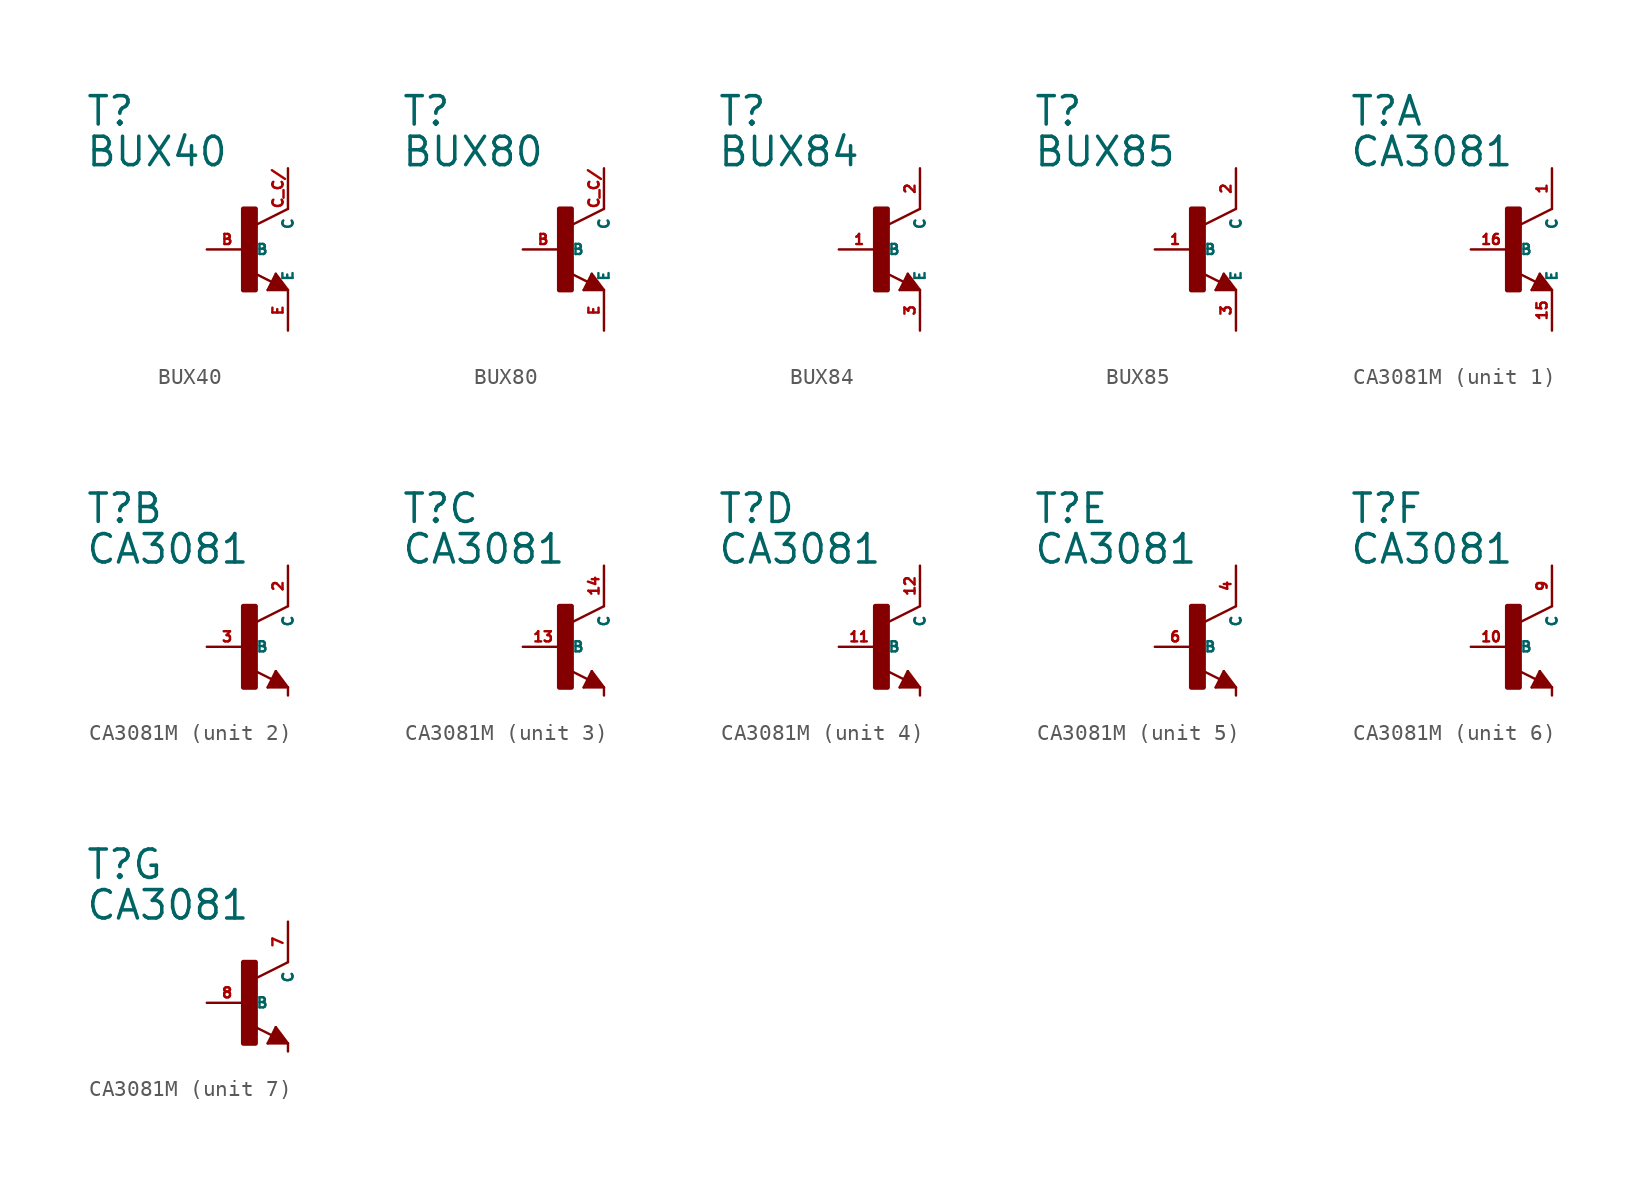
<source format=kicad_sym>
(kicad_symbol_lib
  (version 20220914)
  (generator Eagle2Kicad)
  (symbol "BUX40"
    (property "Reference" "T"
      (at -10.16 7.62 0)
      (effects (font (size 1.778 1.778) (thickness 0.22)) (justify left bottom)))
    (property "Value" "BUX40"
      (at -10.16 5.08 0)
      (effects (font (size 1.778 1.778) (thickness 0.22)) (justify left bottom)))
    (polyline
      (pts (xy 2.54 2.54) (xy 0.508 1.524))
      (stroke (width 0.152) (type default))
      (fill (type none)))
    (polyline
      (pts (xy 1.778 -1.524) (xy 2.54 -2.54))
      (stroke (width 0.152) (type default))
      (fill (type none)))
    (polyline
      (pts (xy 2.54 -2.54) (xy 1.27 -2.54))
      (stroke (width 0.152) (type default))
      (fill (type none)))
    (polyline
      (pts (xy 1.27 -2.54) (xy 1.778 -1.524))
      (stroke (width 0.152) (type default))
      (fill (type none)))
    (polyline
      (pts (xy 1.54 -2.04) (xy 0.308 -1.424))
      (stroke (width 0.152) (type default))
      (fill (type none)))
    (polyline
      (pts (xy 1.524 -2.413) (xy 2.286 -2.413))
      (stroke (width 0.254) (type default))
      (fill (type none)))
    (polyline
      (pts (xy 2.286 -2.413) (xy 1.778 -1.778))
      (stroke (width 0.254) (type default))
      (fill (type none)))
    (polyline
      (pts (xy 1.778 -1.778) (xy 1.524 -2.286))
      (stroke (width 0.254) (type default))
      (fill (type none)))
    (polyline
      (pts (xy 1.524 -2.286) (xy 1.905 -2.286))
      (stroke (width 0.254) (type default))
      (fill (type none)))
    (polyline
      (pts (xy 1.905 -2.286) (xy 1.778 -2.032))
      (stroke (width 0.254) (type default))
      (fill (type none)))
    (rectangle
      (start -0.254 -2.54)
      (end 0.508 2.54)
      (stroke (width 0.3) (type default))
      (fill (type outline)))
    (pin passive line
      (at -2.54 0 0)
      (length 2.54)
      (name "B" (effects (font (size 0.635 0.635) (thickness 0.08)) (justify left bottom)))
      (number "B" (effects (font (size 0.635 0.635) (thickness 0.08)) (justify left bottom))))
    (pin passive line
      (at 2.54 -5.08 90)
      (length 2.54)
      (name "E" (effects (font (size 0.635 0.635) (thickness 0.08)) (justify left bottom)))
      (number "E" (effects (font (size 0.635 0.635) (thickness 0.08)) (justify left bottom))))
    (pin passive line
      (at 2.54 5.08 270)
      (length 2.54)
      (name "C" (effects (font (size 0.635 0.635) (thickness 0.08)) (justify left bottom)))
      (number "C C/" (effects (font (size 0.635 0.635) (thickness 0.08)) (justify left bottom)))))
  (symbol "BUX80"
    (property "Reference" "T"
      (at -10.16 7.62 0)
      (effects (font (size 1.778 1.778) (thickness 0.22)) (justify left bottom)))
    (property "Value" "BUX80"
      (at -10.16 5.08 0)
      (effects (font (size 1.778 1.778) (thickness 0.22)) (justify left bottom)))
    (polyline
      (pts (xy 2.54 2.54) (xy 0.508 1.524))
      (stroke (width 0.152) (type default))
      (fill (type none)))
    (polyline
      (pts (xy 1.778 -1.524) (xy 2.54 -2.54))
      (stroke (width 0.152) (type default))
      (fill (type none)))
    (polyline
      (pts (xy 2.54 -2.54) (xy 1.27 -2.54))
      (stroke (width 0.152) (type default))
      (fill (type none)))
    (polyline
      (pts (xy 1.27 -2.54) (xy 1.778 -1.524))
      (stroke (width 0.152) (type default))
      (fill (type none)))
    (polyline
      (pts (xy 1.54 -2.04) (xy 0.308 -1.424))
      (stroke (width 0.152) (type default))
      (fill (type none)))
    (polyline
      (pts (xy 1.524 -2.413) (xy 2.286 -2.413))
      (stroke (width 0.254) (type default))
      (fill (type none)))
    (polyline
      (pts (xy 2.286 -2.413) (xy 1.778 -1.778))
      (stroke (width 0.254) (type default))
      (fill (type none)))
    (polyline
      (pts (xy 1.778 -1.778) (xy 1.524 -2.286))
      (stroke (width 0.254) (type default))
      (fill (type none)))
    (polyline
      (pts (xy 1.524 -2.286) (xy 1.905 -2.286))
      (stroke (width 0.254) (type default))
      (fill (type none)))
    (polyline
      (pts (xy 1.905 -2.286) (xy 1.778 -2.032))
      (stroke (width 0.254) (type default))
      (fill (type none)))
    (rectangle
      (start -0.254 -2.54)
      (end 0.508 2.54)
      (stroke (width 0.3) (type default))
      (fill (type outline)))
    (pin passive line
      (at -2.54 0 0)
      (length 2.54)
      (name "B" (effects (font (size 0.635 0.635) (thickness 0.08)) (justify left bottom)))
      (number "B" (effects (font (size 0.635 0.635) (thickness 0.08)) (justify left bottom))))
    (pin passive line
      (at 2.54 -5.08 90)
      (length 2.54)
      (name "E" (effects (font (size 0.635 0.635) (thickness 0.08)) (justify left bottom)))
      (number "E" (effects (font (size 0.635 0.635) (thickness 0.08)) (justify left bottom))))
    (pin passive line
      (at 2.54 5.08 270)
      (length 2.54)
      (name "C" (effects (font (size 0.635 0.635) (thickness 0.08)) (justify left bottom)))
      (number "C C/" (effects (font (size 0.635 0.635) (thickness 0.08)) (justify left bottom)))))
  (symbol "BUX84"
    (property "Reference" "T"
      (at -10.16 7.62 0)
      (effects (font (size 1.778 1.778) (thickness 0.22)) (justify left bottom)))
    (property "Value" "BUX84"
      (at -10.16 5.08 0)
      (effects (font (size 1.778 1.778) (thickness 0.22)) (justify left bottom)))
    (polyline
      (pts (xy 2.54 2.54) (xy 0.508 1.524))
      (stroke (width 0.152) (type default))
      (fill (type none)))
    (polyline
      (pts (xy 1.778 -1.524) (xy 2.54 -2.54))
      (stroke (width 0.152) (type default))
      (fill (type none)))
    (polyline
      (pts (xy 2.54 -2.54) (xy 1.27 -2.54))
      (stroke (width 0.152) (type default))
      (fill (type none)))
    (polyline
      (pts (xy 1.27 -2.54) (xy 1.778 -1.524))
      (stroke (width 0.152) (type default))
      (fill (type none)))
    (polyline
      (pts (xy 1.54 -2.04) (xy 0.308 -1.424))
      (stroke (width 0.152) (type default))
      (fill (type none)))
    (polyline
      (pts (xy 1.524 -2.413) (xy 2.286 -2.413))
      (stroke (width 0.254) (type default))
      (fill (type none)))
    (polyline
      (pts (xy 2.286 -2.413) (xy 1.778 -1.778))
      (stroke (width 0.254) (type default))
      (fill (type none)))
    (polyline
      (pts (xy 1.778 -1.778) (xy 1.524 -2.286))
      (stroke (width 0.254) (type default))
      (fill (type none)))
    (polyline
      (pts (xy 1.524 -2.286) (xy 1.905 -2.286))
      (stroke (width 0.254) (type default))
      (fill (type none)))
    (polyline
      (pts (xy 1.905 -2.286) (xy 1.778 -2.032))
      (stroke (width 0.254) (type default))
      (fill (type none)))
    (rectangle
      (start -0.254 -2.54)
      (end 0.508 2.54)
      (stroke (width 0.3) (type default))
      (fill (type outline)))
    (pin passive line
      (at -2.54 0 0)
      (length 2.54)
      (name "B" (effects (font (size 0.635 0.635) (thickness 0.08)) (justify left bottom)))
      (number "1" (effects (font (size 0.635 0.635) (thickness 0.08)) (justify left bottom))))
    (pin passive line
      (at 2.54 -5.08 90)
      (length 2.54)
      (name "E" (effects (font (size 0.635 0.635) (thickness 0.08)) (justify left bottom)))
      (number "3" (effects (font (size 0.635 0.635) (thickness 0.08)) (justify left bottom))))
    (pin passive line
      (at 2.54 5.08 270)
      (length 2.54)
      (name "C" (effects (font (size 0.635 0.635) (thickness 0.08)) (justify left bottom)))
      (number "2" (effects (font (size 0.635 0.635) (thickness 0.08)) (justify left bottom)))))
  (symbol "BUX85"
    (property "Reference" "T"
      (at -10.16 7.62 0)
      (effects (font (size 1.778 1.778) (thickness 0.22)) (justify left bottom)))
    (property "Value" "BUX85"
      (at -10.16 5.08 0)
      (effects (font (size 1.778 1.778) (thickness 0.22)) (justify left bottom)))
    (polyline
      (pts (xy 2.54 2.54) (xy 0.508 1.524))
      (stroke (width 0.152) (type default))
      (fill (type none)))
    (polyline
      (pts (xy 1.778 -1.524) (xy 2.54 -2.54))
      (stroke (width 0.152) (type default))
      (fill (type none)))
    (polyline
      (pts (xy 2.54 -2.54) (xy 1.27 -2.54))
      (stroke (width 0.152) (type default))
      (fill (type none)))
    (polyline
      (pts (xy 1.27 -2.54) (xy 1.778 -1.524))
      (stroke (width 0.152) (type default))
      (fill (type none)))
    (polyline
      (pts (xy 1.54 -2.04) (xy 0.308 -1.424))
      (stroke (width 0.152) (type default))
      (fill (type none)))
    (polyline
      (pts (xy 1.524 -2.413) (xy 2.286 -2.413))
      (stroke (width 0.254) (type default))
      (fill (type none)))
    (polyline
      (pts (xy 2.286 -2.413) (xy 1.778 -1.778))
      (stroke (width 0.254) (type default))
      (fill (type none)))
    (polyline
      (pts (xy 1.778 -1.778) (xy 1.524 -2.286))
      (stroke (width 0.254) (type default))
      (fill (type none)))
    (polyline
      (pts (xy 1.524 -2.286) (xy 1.905 -2.286))
      (stroke (width 0.254) (type default))
      (fill (type none)))
    (polyline
      (pts (xy 1.905 -2.286) (xy 1.778 -2.032))
      (stroke (width 0.254) (type default))
      (fill (type none)))
    (rectangle
      (start -0.254 -2.54)
      (end 0.508 2.54)
      (stroke (width 0.3) (type default))
      (fill (type outline)))
    (pin passive line
      (at -2.54 0 0)
      (length 2.54)
      (name "B" (effects (font (size 0.635 0.635) (thickness 0.08)) (justify left bottom)))
      (number "1" (effects (font (size 0.635 0.635) (thickness 0.08)) (justify left bottom))))
    (pin passive line
      (at 2.54 -5.08 90)
      (length 2.54)
      (name "E" (effects (font (size 0.635 0.635) (thickness 0.08)) (justify left bottom)))
      (number "3" (effects (font (size 0.635 0.635) (thickness 0.08)) (justify left bottom))))
    (pin passive line
      (at 2.54 5.08 270)
      (length 2.54)
      (name "C" (effects (font (size 0.635 0.635) (thickness 0.08)) (justify left bottom)))
      (number "2" (effects (font (size 0.635 0.635) (thickness 0.08)) (justify left bottom)))))
  (symbol "CA3081M"
    (property "Reference" "T"
      (at -10.16 7.62 0)
      (effects (font (size 1.778 1.778) (thickness 0.22)) (justify left bottom)))
    (property "Value" "CA3081"
      (at -10.16 5.08 0)
      (effects (font (size 1.778 1.778) (thickness 0.22)) (justify left bottom)))
    (symbol "CA3081M_1_0"
      (polyline (pts (xy 2.54 2.54) (xy 0.508 1.524)) (stroke (width 0.152) (type default)) (fill (type none)))
      (polyline (pts (xy 1.54 -2.04) (xy 0.308 -1.424)) (stroke (width 0.152) (type default)) (fill (type none)))
      (polyline (pts (xy 1.778 -1.524) (xy 2.54 -2.54)) (stroke (width 0.152) (type default)) (fill (type none)))
      (polyline (pts (xy 2.54 -2.54) (xy 1.27 -2.54)) (stroke (width 0.152) (type default)) (fill (type none)))
      (polyline (pts (xy 1.27 -2.54) (xy 1.778 -1.524)) (stroke (width 0.152) (type default)) (fill (type none)))
      (polyline (pts (xy 1.524 -2.413) (xy 2.286 -2.413)) (stroke (width 0.254) (type default)) (fill (type none)))
      (polyline (pts (xy 2.286 -2.413) (xy 1.778 -1.778)) (stroke (width 0.254) (type default)) (fill (type none)))
      (polyline (pts (xy 1.778 -1.778) (xy 1.524 -2.286)) (stroke (width 0.254) (type default)) (fill (type none)))
      (polyline (pts (xy 1.524 -2.286) (xy 1.905 -2.286)) (stroke (width 0.254) (type default)) (fill (type none)))
      (polyline (pts (xy 1.905 -2.286) (xy 1.778 -2.032)) (stroke (width 0.254) (type default)) (fill (type none)))
      (rectangle (start -0.254 -2.54) (end 0.508 2.54) (stroke (width 0.3) (type default)) (fill (type outline)))
      (pin passive line (at -2.54 0 0) (length 2.54) (name "B" (effects (font (size 0.635 0.635) (thickness 0.08)) (justify left bottom))) (number "16" (effects (font (size 0.635 0.635) (thickness 0.08)) (justify left bottom))))
      (pin passive line (at 2.54 -5.08 90) (length 2.54) (name "E" (effects (font (size 0.635 0.635) (thickness 0.08)) (justify left bottom))) (number "15" (effects (font (size 0.635 0.635) (thickness 0.08)) (justify left bottom))))
      (pin passive line (at 2.54 5.08 270) (length 2.54) (name "C" (effects (font (size 0.635 0.635) (thickness 0.08)) (justify left bottom))) (number "1" (effects (font (size 0.635 0.635) (thickness 0.08)) (justify left bottom)))))
    (symbol "CA3081M_2_0"
      (polyline (pts (xy 2.54 2.54) (xy 0.508 1.524)) (stroke (width 0.152) (type default)) (fill (type none)))
      (polyline (pts (xy 1.54 -2.04) (xy 0.308 -1.424)) (stroke (width 0.152) (type default)) (fill (type none)))
      (polyline (pts (xy 2.54 -3.048) (xy 2.54 -2.54)) (stroke (width 0.152) (type default)) (fill (type none)))
      (polyline (pts (xy 1.778 -1.524) (xy 2.54 -2.54)) (stroke (width 0.152) (type default)) (fill (type none)))
      (polyline (pts (xy 2.54 -2.54) (xy 1.27 -2.54)) (stroke (width 0.152) (type default)) (fill (type none)))
      (polyline (pts (xy 1.27 -2.54) (xy 1.778 -1.524)) (stroke (width 0.152) (type default)) (fill (type none)))
      (polyline (pts (xy 1.524 -2.413) (xy 2.286 -2.413)) (stroke (width 0.254) (type default)) (fill (type none)))
      (polyline (pts (xy 2.286 -2.413) (xy 1.778 -1.778)) (stroke (width 0.254) (type default)) (fill (type none)))
      (polyline (pts (xy 1.778 -1.778) (xy 1.524 -2.286)) (stroke (width 0.254) (type default)) (fill (type none)))
      (polyline (pts (xy 1.524 -2.286) (xy 1.905 -2.286)) (stroke (width 0.254) (type default)) (fill (type none)))
      (polyline (pts (xy 1.905 -2.286) (xy 1.778 -2.032)) (stroke (width 0.254) (type default)) (fill (type none)))
      (rectangle (start -0.254 -2.54) (end 0.508 2.54) (stroke (width 0.3) (type default)) (fill (type outline)))
      (pin passive line (at -2.54 0 0) (length 2.54) (name "B" (effects (font (size 0.635 0.635) (thickness 0.08)) (justify left bottom))) (number "3" (effects (font (size 0.635 0.635) (thickness 0.08)) (justify left bottom))))
      (pin passive line (at 2.54 5.08 270) (length 2.54) (name "C" (effects (font (size 0.635 0.635) (thickness 0.08)) (justify left bottom))) (number "2" (effects (font (size 0.635 0.635) (thickness 0.08)) (justify left bottom)))))
    (symbol "CA3081M_3_0"
      (polyline (pts (xy 2.54 2.54) (xy 0.508 1.524)) (stroke (width 0.152) (type default)) (fill (type none)))
      (polyline (pts (xy 1.54 -2.04) (xy 0.308 -1.424)) (stroke (width 0.152) (type default)) (fill (type none)))
      (polyline (pts (xy 2.54 -3.048) (xy 2.54 -2.54)) (stroke (width 0.152) (type default)) (fill (type none)))
      (polyline (pts (xy 1.778 -1.524) (xy 2.54 -2.54)) (stroke (width 0.152) (type default)) (fill (type none)))
      (polyline (pts (xy 2.54 -2.54) (xy 1.27 -2.54)) (stroke (width 0.152) (type default)) (fill (type none)))
      (polyline (pts (xy 1.27 -2.54) (xy 1.778 -1.524)) (stroke (width 0.152) (type default)) (fill (type none)))
      (polyline (pts (xy 1.524 -2.413) (xy 2.286 -2.413)) (stroke (width 0.254) (type default)) (fill (type none)))
      (polyline (pts (xy 2.286 -2.413) (xy 1.778 -1.778)) (stroke (width 0.254) (type default)) (fill (type none)))
      (polyline (pts (xy 1.778 -1.778) (xy 1.524 -2.286)) (stroke (width 0.254) (type default)) (fill (type none)))
      (polyline (pts (xy 1.524 -2.286) (xy 1.905 -2.286)) (stroke (width 0.254) (type default)) (fill (type none)))
      (polyline (pts (xy 1.905 -2.286) (xy 1.778 -2.032)) (stroke (width 0.254) (type default)) (fill (type none)))
      (rectangle (start -0.254 -2.54) (end 0.508 2.54) (stroke (width 0.3) (type default)) (fill (type outline)))
      (pin passive line (at -2.54 0 0) (length 2.54) (name "B" (effects (font (size 0.635 0.635) (thickness 0.08)) (justify left bottom))) (number "13" (effects (font (size 0.635 0.635) (thickness 0.08)) (justify left bottom))))
      (pin passive line (at 2.54 5.08 270) (length 2.54) (name "C" (effects (font (size 0.635 0.635) (thickness 0.08)) (justify left bottom))) (number "14" (effects (font (size 0.635 0.635) (thickness 0.08)) (justify left bottom)))))
    (symbol "CA3081M_4_0"
      (polyline (pts (xy 2.54 2.54) (xy 0.508 1.524)) (stroke (width 0.152) (type default)) (fill (type none)))
      (polyline (pts (xy 1.54 -2.04) (xy 0.308 -1.424)) (stroke (width 0.152) (type default)) (fill (type none)))
      (polyline (pts (xy 2.54 -3.048) (xy 2.54 -2.54)) (stroke (width 0.152) (type default)) (fill (type none)))
      (polyline (pts (xy 1.778 -1.524) (xy 2.54 -2.54)) (stroke (width 0.152) (type default)) (fill (type none)))
      (polyline (pts (xy 2.54 -2.54) (xy 1.27 -2.54)) (stroke (width 0.152) (type default)) (fill (type none)))
      (polyline (pts (xy 1.27 -2.54) (xy 1.778 -1.524)) (stroke (width 0.152) (type default)) (fill (type none)))
      (polyline (pts (xy 1.524 -2.413) (xy 2.286 -2.413)) (stroke (width 0.254) (type default)) (fill (type none)))
      (polyline (pts (xy 2.286 -2.413) (xy 1.778 -1.778)) (stroke (width 0.254) (type default)) (fill (type none)))
      (polyline (pts (xy 1.778 -1.778) (xy 1.524 -2.286)) (stroke (width 0.254) (type default)) (fill (type none)))
      (polyline (pts (xy 1.524 -2.286) (xy 1.905 -2.286)) (stroke (width 0.254) (type default)) (fill (type none)))
      (polyline (pts (xy 1.905 -2.286) (xy 1.778 -2.032)) (stroke (width 0.254) (type default)) (fill (type none)))
      (rectangle (start -0.254 -2.54) (end 0.508 2.54) (stroke (width 0.3) (type default)) (fill (type outline)))
      (pin passive line (at -2.54 0 0) (length 2.54) (name "B" (effects (font (size 0.635 0.635) (thickness 0.08)) (justify left bottom))) (number "11" (effects (font (size 0.635 0.635) (thickness 0.08)) (justify left bottom))))
      (pin passive line (at 2.54 5.08 270) (length 2.54) (name "C" (effects (font (size 0.635 0.635) (thickness 0.08)) (justify left bottom))) (number "12" (effects (font (size 0.635 0.635) (thickness 0.08)) (justify left bottom)))))
    (symbol "CA3081M_5_0"
      (polyline (pts (xy 2.54 2.54) (xy 0.508 1.524)) (stroke (width 0.152) (type default)) (fill (type none)))
      (polyline (pts (xy 1.54 -2.04) (xy 0.308 -1.424)) (stroke (width 0.152) (type default)) (fill (type none)))
      (polyline (pts (xy 2.54 -3.048) (xy 2.54 -2.54)) (stroke (width 0.152) (type default)) (fill (type none)))
      (polyline (pts (xy 1.778 -1.524) (xy 2.54 -2.54)) (stroke (width 0.152) (type default)) (fill (type none)))
      (polyline (pts (xy 2.54 -2.54) (xy 1.27 -2.54)) (stroke (width 0.152) (type default)) (fill (type none)))
      (polyline (pts (xy 1.27 -2.54) (xy 1.778 -1.524)) (stroke (width 0.152) (type default)) (fill (type none)))
      (polyline (pts (xy 1.524 -2.413) (xy 2.286 -2.413)) (stroke (width 0.254) (type default)) (fill (type none)))
      (polyline (pts (xy 2.286 -2.413) (xy 1.778 -1.778)) (stroke (width 0.254) (type default)) (fill (type none)))
      (polyline (pts (xy 1.778 -1.778) (xy 1.524 -2.286)) (stroke (width 0.254) (type default)) (fill (type none)))
      (polyline (pts (xy 1.524 -2.286) (xy 1.905 -2.286)) (stroke (width 0.254) (type default)) (fill (type none)))
      (polyline (pts (xy 1.905 -2.286) (xy 1.778 -2.032)) (stroke (width 0.254) (type default)) (fill (type none)))
      (rectangle (start -0.254 -2.54) (end 0.508 2.54) (stroke (width 0.3) (type default)) (fill (type outline)))
      (pin passive line (at -2.54 0 0) (length 2.54) (name "B" (effects (font (size 0.635 0.635) (thickness 0.08)) (justify left bottom))) (number "6" (effects (font (size 0.635 0.635) (thickness 0.08)) (justify left bottom))))
      (pin passive line (at 2.54 5.08 270) (length 2.54) (name "C" (effects (font (size 0.635 0.635) (thickness 0.08)) (justify left bottom))) (number "4" (effects (font (size 0.635 0.635) (thickness 0.08)) (justify left bottom)))))
    (symbol "CA3081M_6_0"
      (polyline (pts (xy 2.54 2.54) (xy 0.508 1.524)) (stroke (width 0.152) (type default)) (fill (type none)))
      (polyline (pts (xy 1.54 -2.04) (xy 0.308 -1.424)) (stroke (width 0.152) (type default)) (fill (type none)))
      (polyline (pts (xy 2.54 -3.048) (xy 2.54 -2.54)) (stroke (width 0.152) (type default)) (fill (type none)))
      (polyline (pts (xy 1.778 -1.524) (xy 2.54 -2.54)) (stroke (width 0.152) (type default)) (fill (type none)))
      (polyline (pts (xy 2.54 -2.54) (xy 1.27 -2.54)) (stroke (width 0.152) (type default)) (fill (type none)))
      (polyline (pts (xy 1.27 -2.54) (xy 1.778 -1.524)) (stroke (width 0.152) (type default)) (fill (type none)))
      (polyline (pts (xy 1.524 -2.413) (xy 2.286 -2.413)) (stroke (width 0.254) (type default)) (fill (type none)))
      (polyline (pts (xy 2.286 -2.413) (xy 1.778 -1.778)) (stroke (width 0.254) (type default)) (fill (type none)))
      (polyline (pts (xy 1.778 -1.778) (xy 1.524 -2.286)) (stroke (width 0.254) (type default)) (fill (type none)))
      (polyline (pts (xy 1.524 -2.286) (xy 1.905 -2.286)) (stroke (width 0.254) (type default)) (fill (type none)))
      (polyline (pts (xy 1.905 -2.286) (xy 1.778 -2.032)) (stroke (width 0.254) (type default)) (fill (type none)))
      (rectangle (start -0.254 -2.54) (end 0.508 2.54) (stroke (width 0.3) (type default)) (fill (type outline)))
      (pin passive line (at -2.54 0 0) (length 2.54) (name "B" (effects (font (size 0.635 0.635) (thickness 0.08)) (justify left bottom))) (number "10" (effects (font (size 0.635 0.635) (thickness 0.08)) (justify left bottom))))
      (pin passive line (at 2.54 5.08 270) (length 2.54) (name "C" (effects (font (size 0.635 0.635) (thickness 0.08)) (justify left bottom))) (number "9" (effects (font (size 0.635 0.635) (thickness 0.08)) (justify left bottom)))))
    (symbol "CA3081M_7_0"
      (polyline (pts (xy 2.54 2.54) (xy 0.508 1.524)) (stroke (width 0.152) (type default)) (fill (type none)))
      (polyline (pts (xy 1.54 -2.04) (xy 0.308 -1.424)) (stroke (width 0.152) (type default)) (fill (type none)))
      (polyline (pts (xy 2.54 -3.048) (xy 2.54 -2.54)) (stroke (width 0.152) (type default)) (fill (type none)))
      (polyline (pts (xy 1.778 -1.524) (xy 2.54 -2.54)) (stroke (width 0.152) (type default)) (fill (type none)))
      (polyline (pts (xy 2.54 -2.54) (xy 1.27 -2.54)) (stroke (width 0.152) (type default)) (fill (type none)))
      (polyline (pts (xy 1.27 -2.54) (xy 1.778 -1.524)) (stroke (width 0.152) (type default)) (fill (type none)))
      (polyline (pts (xy 1.524 -2.413) (xy 2.286 -2.413)) (stroke (width 0.254) (type default)) (fill (type none)))
      (polyline (pts (xy 2.286 -2.413) (xy 1.778 -1.778)) (stroke (width 0.254) (type default)) (fill (type none)))
      (polyline (pts (xy 1.778 -1.778) (xy 1.524 -2.286)) (stroke (width 0.254) (type default)) (fill (type none)))
      (polyline (pts (xy 1.524 -2.286) (xy 1.905 -2.286)) (stroke (width 0.254) (type default)) (fill (type none)))
      (polyline (pts (xy 1.905 -2.286) (xy 1.778 -2.032)) (stroke (width 0.254) (type default)) (fill (type none)))
      (rectangle (start -0.254 -2.54) (end 0.508 2.54) (stroke (width 0.3) (type default)) (fill (type outline)))
      (pin passive line (at -2.54 0 0) (length 2.54) (name "B" (effects (font (size 0.635 0.635) (thickness 0.08)) (justify left bottom))) (number "8" (effects (font (size 0.635 0.635) (thickness 0.08)) (justify left bottom))))
      (pin passive line (at 2.54 5.08 270) (length 2.54) (name "C" (effects (font (size 0.635 0.635) (thickness 0.08)) (justify left bottom))) (number "7" (effects (font (size 0.635 0.635) (thickness 0.08)) (justify left bottom)))))))
</source>
